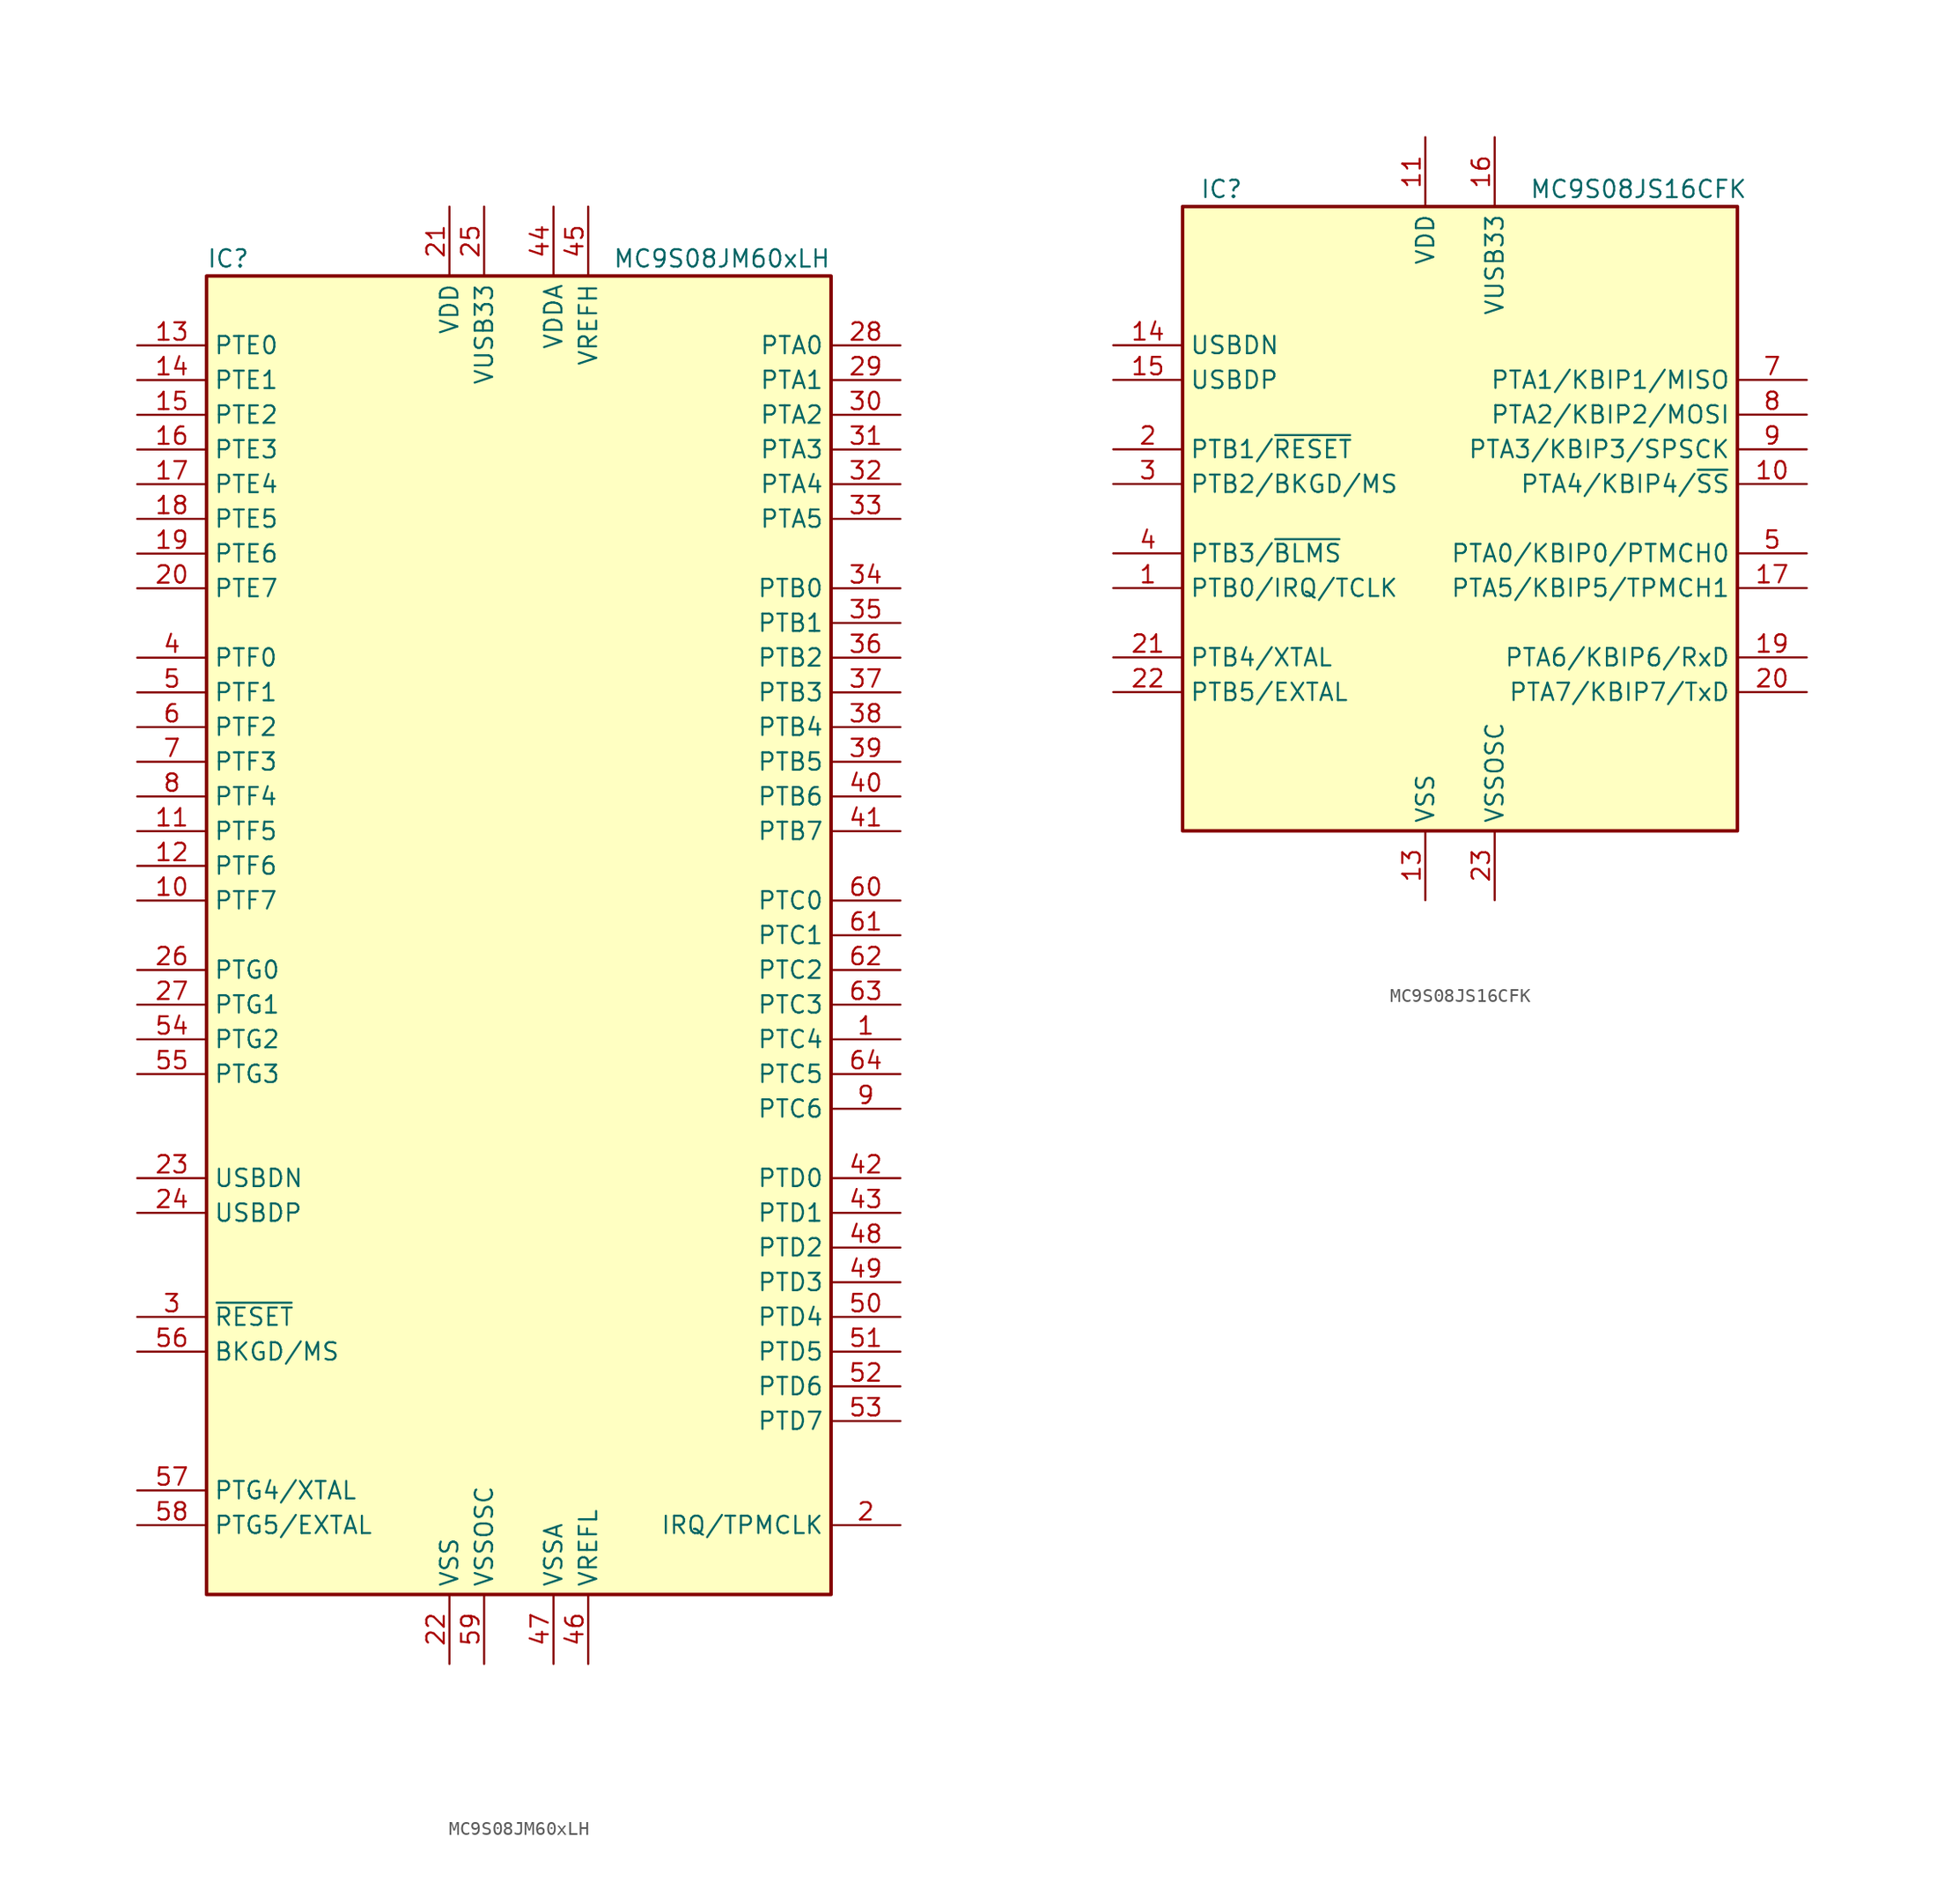
<source format=kicad_sym>
(kicad_symbol_lib
  (version 20201005)
  (generator kicad_symbol_editor)
  (symbol "MC9S08JM60xLH"
    (property "Reference" "IC"
      (at -22.86 49.53 0)
      (effects (font (size 1.27 1.27)) (justify left)))
    (property "Value" "MC9S08JM60xLH"
      (at 22.86 49.53 0)
      (effects (font (size 1.27 1.27)) (justify right)))
    (symbol "MC9S08JM60xLH_0_1"
      (rectangle (start -22.86 48.26) (end 22.86 -48.26) (stroke (width 0.254)) (fill (type background))))
    (symbol "MC9S08JM60xLH_1_1"
      (pin bidirectional line (at 27.94 -7.62 180) (length 5.08) (name "PTC4" (effects (font (size 1.27 1.27)))) (number "1" (effects (font (size 1.27 1.27)))))
      (pin bidirectional line (at -27.94 2.54 0) (length 5.08) (name "PTF7" (effects (font (size 1.27 1.27)))) (number "10" (effects (font (size 1.27 1.27)))))
      (pin bidirectional line (at -27.94 7.62 0) (length 5.08) (name "PTF5" (effects (font (size 1.27 1.27)))) (number "11" (effects (font (size 1.27 1.27)))))
      (pin bidirectional line (at -27.94 5.08 0) (length 5.08) (name "PTF6" (effects (font (size 1.27 1.27)))) (number "12" (effects (font (size 1.27 1.27)))))
      (pin bidirectional line (at -27.94 43.18 0) (length 5.08) (name "PTE0" (effects (font (size 1.27 1.27)))) (number "13" (effects (font (size 1.27 1.27)))))
      (pin bidirectional line (at -27.94 40.64 0) (length 5.08) (name "PTE1" (effects (font (size 1.27 1.27)))) (number "14" (effects (font (size 1.27 1.27)))))
      (pin bidirectional line (at -27.94 38.1 0) (length 5.08) (name "PTE2" (effects (font (size 1.27 1.27)))) (number "15" (effects (font (size 1.27 1.27)))))
      (pin bidirectional line (at -27.94 35.56 0) (length 5.08) (name "PTE3" (effects (font (size 1.27 1.27)))) (number "16" (effects (font (size 1.27 1.27)))))
      (pin bidirectional line (at -27.94 33.02 0) (length 5.08) (name "PTE4" (effects (font (size 1.27 1.27)))) (number "17" (effects (font (size 1.27 1.27)))))
      (pin bidirectional line (at -27.94 30.48 0) (length 5.08) (name "PTE5" (effects (font (size 1.27 1.27)))) (number "18" (effects (font (size 1.27 1.27)))))
      (pin bidirectional line (at -27.94 27.94 0) (length 5.08) (name "PTE6" (effects (font (size 1.27 1.27)))) (number "19" (effects (font (size 1.27 1.27)))))
      (pin bidirectional line (at 27.94 -43.18 180) (length 5.08) (name "IRQ/TPMCLK" (effects (font (size 1.27 1.27)))) (number "2" (effects (font (size 1.27 1.27)))))
      (pin bidirectional line (at -27.94 25.4 0) (length 5.08) (name "PTE7" (effects (font (size 1.27 1.27)))) (number "20" (effects (font (size 1.27 1.27)))))
      (pin power_in line (at -5.08 53.34 270) (length 5.08) (name "VDD" (effects (font (size 1.27 1.27)))) (number "21" (effects (font (size 1.27 1.27)))))
      (pin power_in line (at -5.08 -53.34 90) (length 5.08) (name "VSS" (effects (font (size 1.27 1.27)))) (number "22" (effects (font (size 1.27 1.27)))))
      (pin bidirectional line (at -27.94 -17.78 0) (length 5.08) (name "USBDN" (effects (font (size 1.27 1.27)))) (number "23" (effects (font (size 1.27 1.27)))))
      (pin bidirectional line (at -27.94 -20.32 0) (length 5.08) (name "USBDP" (effects (font (size 1.27 1.27)))) (number "24" (effects (font (size 1.27 1.27)))))
      (pin power_out line (at -2.54 53.34 270) (length 5.08) (name "VUSB33" (effects (font (size 1.27 1.27)))) (number "25" (effects (font (size 1.27 1.27)))))
      (pin bidirectional line (at -27.94 -2.54 0) (length 5.08) (name "PTG0" (effects (font (size 1.27 1.27)))) (number "26" (effects (font (size 1.27 1.27)))))
      (pin bidirectional line (at -27.94 -5.08 0) (length 5.08) (name "PTG1" (effects (font (size 1.27 1.27)))) (number "27" (effects (font (size 1.27 1.27)))))
      (pin bidirectional line (at 27.94 43.18 180) (length 5.08) (name "PTA0" (effects (font (size 1.27 1.27)))) (number "28" (effects (font (size 1.27 1.27)))))
      (pin bidirectional line (at 27.94 40.64 180) (length 5.08) (name "PTA1" (effects (font (size 1.27 1.27)))) (number "29" (effects (font (size 1.27 1.27)))))
      (pin input line (at -27.94 -27.94 0) (length 5.08) (name "~RESET" (effects (font (size 1.27 1.27)))) (number "3" (effects (font (size 1.27 1.27)))))
      (pin bidirectional line (at 27.94 38.1 180) (length 5.08) (name "PTA2" (effects (font (size 1.27 1.27)))) (number "30" (effects (font (size 1.27 1.27)))))
      (pin bidirectional line (at 27.94 35.56 180) (length 5.08) (name "PTA3" (effects (font (size 1.27 1.27)))) (number "31" (effects (font (size 1.27 1.27)))))
      (pin bidirectional line (at 27.94 33.02 180) (length 5.08) (name "PTA4" (effects (font (size 1.27 1.27)))) (number "32" (effects (font (size 1.27 1.27)))))
      (pin bidirectional line (at 27.94 30.48 180) (length 5.08) (name "PTA5" (effects (font (size 1.27 1.27)))) (number "33" (effects (font (size 1.27 1.27)))))
      (pin bidirectional line (at 27.94 25.4 180) (length 5.08) (name "PTB0" (effects (font (size 1.27 1.27)))) (number "34" (effects (font (size 1.27 1.27)))))
      (pin bidirectional line (at 27.94 22.86 180) (length 5.08) (name "PTB1" (effects (font (size 1.27 1.27)))) (number "35" (effects (font (size 1.27 1.27)))))
      (pin bidirectional line (at 27.94 20.32 180) (length 5.08) (name "PTB2" (effects (font (size 1.27 1.27)))) (number "36" (effects (font (size 1.27 1.27)))))
      (pin bidirectional line (at 27.94 17.78 180) (length 5.08) (name "PTB3" (effects (font (size 1.27 1.27)))) (number "37" (effects (font (size 1.27 1.27)))))
      (pin bidirectional line (at 27.94 15.24 180) (length 5.08) (name "PTB4" (effects (font (size 1.27 1.27)))) (number "38" (effects (font (size 1.27 1.27)))))
      (pin bidirectional line (at 27.94 12.7 180) (length 5.08) (name "PTB5" (effects (font (size 1.27 1.27)))) (number "39" (effects (font (size 1.27 1.27)))))
      (pin bidirectional line (at -27.94 20.32 0) (length 5.08) (name "PTF0" (effects (font (size 1.27 1.27)))) (number "4" (effects (font (size 1.27 1.27)))))
      (pin bidirectional line (at 27.94 10.16 180) (length 5.08) (name "PTB6" (effects (font (size 1.27 1.27)))) (number "40" (effects (font (size 1.27 1.27)))))
      (pin bidirectional line (at 27.94 7.62 180) (length 5.08) (name "PTB7" (effects (font (size 1.27 1.27)))) (number "41" (effects (font (size 1.27 1.27)))))
      (pin bidirectional line (at 27.94 -17.78 180) (length 5.08) (name "PTD0" (effects (font (size 1.27 1.27)))) (number "42" (effects (font (size 1.27 1.27)))))
      (pin bidirectional line (at 27.94 -20.32 180) (length 5.08) (name "PTD1" (effects (font (size 1.27 1.27)))) (number "43" (effects (font (size 1.27 1.27)))))
      (pin power_in line (at 2.54 53.34 270) (length 5.08) (name "VDDA" (effects (font (size 1.27 1.27)))) (number "44" (effects (font (size 1.27 1.27)))))
      (pin power_in line (at 5.08 53.34 270) (length 5.08) (name "VREFH" (effects (font (size 1.27 1.27)))) (number "45" (effects (font (size 1.27 1.27)))))
      (pin power_in line (at 5.08 -53.34 90) (length 5.08) (name "VREFL" (effects (font (size 1.27 1.27)))) (number "46" (effects (font (size 1.27 1.27)))))
      (pin power_in line (at 2.54 -53.34 90) (length 5.08) (name "VSSA" (effects (font (size 1.27 1.27)))) (number "47" (effects (font (size 1.27 1.27)))))
      (pin bidirectional line (at 27.94 -22.86 180) (length 5.08) (name "PTD2" (effects (font (size 1.27 1.27)))) (number "48" (effects (font (size 1.27 1.27)))))
      (pin bidirectional line (at 27.94 -25.4 180) (length 5.08) (name "PTD3" (effects (font (size 1.27 1.27)))) (number "49" (effects (font (size 1.27 1.27)))))
      (pin bidirectional line (at -27.94 17.78 0) (length 5.08) (name "PTF1" (effects (font (size 1.27 1.27)))) (number "5" (effects (font (size 1.27 1.27)))))
      (pin bidirectional line (at 27.94 -27.94 180) (length 5.08) (name "PTD4" (effects (font (size 1.27 1.27)))) (number "50" (effects (font (size 1.27 1.27)))))
      (pin bidirectional line (at 27.94 -30.48 180) (length 5.08) (name "PTD5" (effects (font (size 1.27 1.27)))) (number "51" (effects (font (size 1.27 1.27)))))
      (pin bidirectional line (at 27.94 -33.02 180) (length 5.08) (name "PTD6" (effects (font (size 1.27 1.27)))) (number "52" (effects (font (size 1.27 1.27)))))
      (pin bidirectional line (at 27.94 -35.56 180) (length 5.08) (name "PTD7" (effects (font (size 1.27 1.27)))) (number "53" (effects (font (size 1.27 1.27)))))
      (pin bidirectional line (at -27.94 -7.62 0) (length 5.08) (name "PTG2" (effects (font (size 1.27 1.27)))) (number "54" (effects (font (size 1.27 1.27)))))
      (pin bidirectional line (at -27.94 -10.16 0) (length 5.08) (name "PTG3" (effects (font (size 1.27 1.27)))) (number "55" (effects (font (size 1.27 1.27)))))
      (pin bidirectional line (at -27.94 -30.48 0) (length 5.08) (name "BKGD/MS" (effects (font (size 1.27 1.27)))) (number "56" (effects (font (size 1.27 1.27)))))
      (pin bidirectional line (at -27.94 -40.64 0) (length 5.08) (name "PTG4/XTAL" (effects (font (size 1.27 1.27)))) (number "57" (effects (font (size 1.27 1.27)))))
      (pin bidirectional line (at -27.94 -43.18 0) (length 5.08) (name "PTG5/EXTAL" (effects (font (size 1.27 1.27)))) (number "58" (effects (font (size 1.27 1.27)))))
      (pin power_in line (at -2.54 -53.34 90) (length 5.08) (name "VSSOSC" (effects (font (size 1.27 1.27)))) (number "59" (effects (font (size 1.27 1.27)))))
      (pin bidirectional line (at -27.94 15.24 0) (length 5.08) (name "PTF2" (effects (font (size 1.27 1.27)))) (number "6" (effects (font (size 1.27 1.27)))))
      (pin bidirectional line (at 27.94 2.54 180) (length 5.08) (name "PTC0" (effects (font (size 1.27 1.27)))) (number "60" (effects (font (size 1.27 1.27)))))
      (pin bidirectional line (at 27.94 0 180) (length 5.08) (name "PTC1" (effects (font (size 1.27 1.27)))) (number "61" (effects (font (size 1.27 1.27)))))
      (pin bidirectional line (at 27.94 -2.54 180) (length 5.08) (name "PTC2" (effects (font (size 1.27 1.27)))) (number "62" (effects (font (size 1.27 1.27)))))
      (pin bidirectional line (at 27.94 -5.08 180) (length 5.08) (name "PTC3" (effects (font (size 1.27 1.27)))) (number "63" (effects (font (size 1.27 1.27)))))
      (pin bidirectional line (at 27.94 -10.16 180) (length 5.08) (name "PTC5" (effects (font (size 1.27 1.27)))) (number "64" (effects (font (size 1.27 1.27)))))
      (pin bidirectional line (at -27.94 12.7 0) (length 5.08) (name "PTF3" (effects (font (size 1.27 1.27)))) (number "7" (effects (font (size 1.27 1.27)))))
      (pin bidirectional line (at -27.94 10.16 0) (length 5.08) (name "PTF4" (effects (font (size 1.27 1.27)))) (number "8" (effects (font (size 1.27 1.27)))))
      (pin bidirectional line (at 27.94 -12.7 180) (length 5.08) (name "PTC6" (effects (font (size 1.27 1.27)))) (number "9" (effects (font (size 1.27 1.27)))))))
  (symbol "MC9S08JS16CFK"
    (property "Reference" "IC"
      (at -19.05 24.13 0)
      (effects (font (size 1.27 1.27)) (justify left)))
    (property "Value" "MC9S08JS16CFK"
      (at 5.08 24.13 0)
      (effects (font (size 1.27 1.27)) (justify left)))
    (symbol "MC9S08JS16CFK_0_1"
      (rectangle (start -20.32 22.86) (end 20.32 -22.86) (stroke (width 0.254)) (fill (type background))))
    (symbol "MC9S08JS16CFK_1_1"
      (pin bidirectional line (at -25.4 -5.08 0) (length 5.08) (name "PTB0/IRQ/TCLK" (effects (font (size 1.27 1.27)))) (number "1" (effects (font (size 1.27 1.27)))))
      (pin bidirectional line (at 25.4 2.54 180) (length 5.08) (name "PTA4/KBIP4/~SS" (effects (font (size 1.27 1.27)))) (number "10" (effects (font (size 1.27 1.27)))))
      (pin power_in line (at -2.54 27.94 270) (length 5.08) (name "VDD" (effects (font (size 1.27 1.27)))) (number "11" (effects (font (size 1.27 1.27)))))
      (pin power_in line (at -2.54 -27.94 90) (length 5.08) (name "VSS" (effects (font (size 1.27 1.27)))) (number "13" (effects (font (size 1.27 1.27)))))
      (pin bidirectional line (at -25.4 12.7 0) (length 5.08) (name "USBDN" (effects (font (size 1.27 1.27)))) (number "14" (effects (font (size 1.27 1.27)))))
      (pin bidirectional line (at -25.4 10.16 0) (length 5.08) (name "USBDP" (effects (font (size 1.27 1.27)))) (number "15" (effects (font (size 1.27 1.27)))))
      (pin power_out line (at 2.54 27.94 270) (length 5.08) (name "VUSB33" (effects (font (size 1.27 1.27)))) (number "16" (effects (font (size 1.27 1.27)))))
      (pin bidirectional line (at 25.4 -5.08 180) (length 5.08) (name "PTA5/KBIP5/TPMCH1" (effects (font (size 1.27 1.27)))) (number "17" (effects (font (size 1.27 1.27)))))
      (pin bidirectional line (at 25.4 -10.16 180) (length 5.08) (name "PTA6/KBIP6/RxD" (effects (font (size 1.27 1.27)))) (number "19" (effects (font (size 1.27 1.27)))))
      (pin bidirectional line (at -25.4 5.08 0) (length 5.08) (name "PTB1/~RESET" (effects (font (size 1.27 1.27)))) (number "2" (effects (font (size 1.27 1.27)))))
      (pin bidirectional line (at 25.4 -12.7 180) (length 5.08) (name "PTA7/KBIP7/TxD" (effects (font (size 1.27 1.27)))) (number "20" (effects (font (size 1.27 1.27)))))
      (pin bidirectional line (at -25.4 -10.16 0) (length 5.08) (name "PTB4/XTAL" (effects (font (size 1.27 1.27)))) (number "21" (effects (font (size 1.27 1.27)))))
      (pin bidirectional line (at -25.4 -12.7 0) (length 5.08) (name "PTB5/EXTAL" (effects (font (size 1.27 1.27)))) (number "22" (effects (font (size 1.27 1.27)))))
      (pin power_in line (at 2.54 -27.94 90) (length 5.08) (name "VSSOSC" (effects (font (size 1.27 1.27)))) (number "23" (effects (font (size 1.27 1.27)))))
      (pin bidirectional line (at -25.4 2.54 0) (length 5.08) (name "PTB2/BKGD/MS" (effects (font (size 1.27 1.27)))) (number "3" (effects (font (size 1.27 1.27)))))
      (pin bidirectional line (at -25.4 -2.54 0) (length 5.08) (name "PTB3/~BLMS" (effects (font (size 1.27 1.27)))) (number "4" (effects (font (size 1.27 1.27)))))
      (pin bidirectional line (at 25.4 -2.54 180) (length 5.08) (name "PTA0/KBIP0/PTMCH0" (effects (font (size 1.27 1.27)))) (number "5" (effects (font (size 1.27 1.27)))))
      (pin bidirectional line (at 25.4 10.16 180) (length 5.08) (name "PTA1/KBIP1/MISO" (effects (font (size 1.27 1.27)))) (number "7" (effects (font (size 1.27 1.27)))))
      (pin bidirectional line (at 25.4 7.62 180) (length 5.08) (name "PTA2/KBIP2/MOSI" (effects (font (size 1.27 1.27)))) (number "8" (effects (font (size 1.27 1.27)))))
      (pin bidirectional line (at 25.4 5.08 180) (length 5.08) (name "PTA3/KBIP3/SPSCK" (effects (font (size 1.27 1.27)))) (number "9" (effects (font (size 1.27 1.27))))))))
</source>
